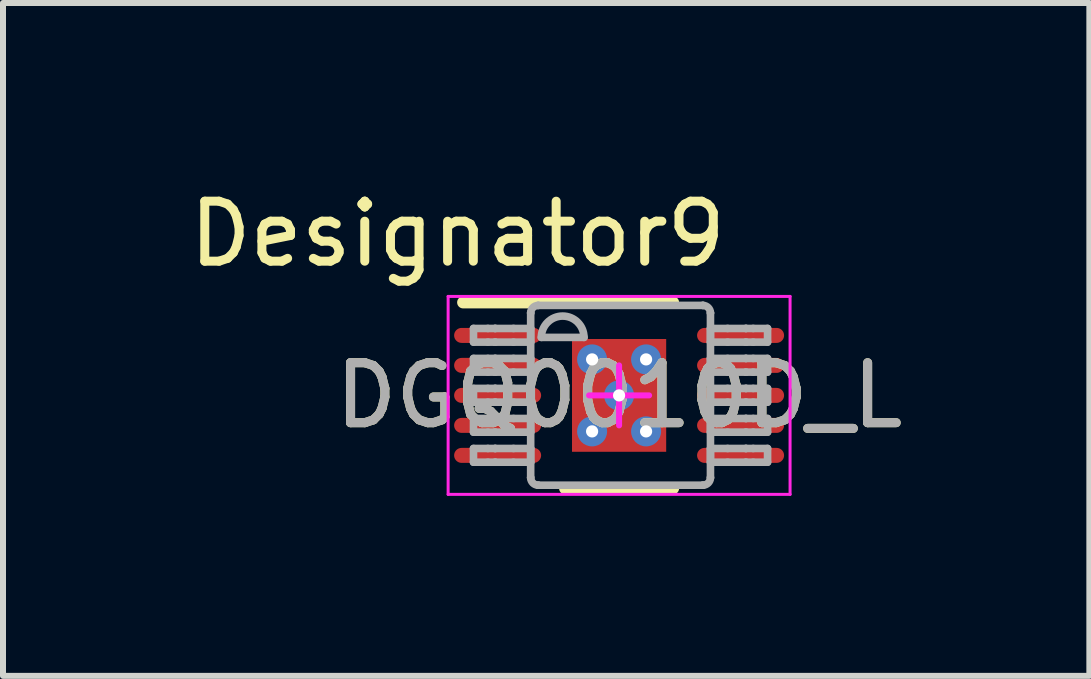
<source format=kicad_pcb>
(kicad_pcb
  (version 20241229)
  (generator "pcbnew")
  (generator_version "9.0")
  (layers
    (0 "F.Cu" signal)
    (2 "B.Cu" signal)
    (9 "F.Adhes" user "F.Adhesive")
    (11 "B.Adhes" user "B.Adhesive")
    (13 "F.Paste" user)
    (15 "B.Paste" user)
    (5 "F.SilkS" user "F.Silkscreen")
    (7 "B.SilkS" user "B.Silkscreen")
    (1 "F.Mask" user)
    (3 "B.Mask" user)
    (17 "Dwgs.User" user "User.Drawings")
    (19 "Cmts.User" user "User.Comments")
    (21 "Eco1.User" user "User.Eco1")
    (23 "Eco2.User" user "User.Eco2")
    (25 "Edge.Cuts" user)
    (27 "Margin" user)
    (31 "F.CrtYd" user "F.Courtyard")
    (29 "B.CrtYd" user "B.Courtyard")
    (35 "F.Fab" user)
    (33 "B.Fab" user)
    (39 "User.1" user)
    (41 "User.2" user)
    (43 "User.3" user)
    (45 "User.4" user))
  (footprint "DGQ0010D_L"
    (layer "F.Cu")
    (at 7.27 3.541)
    (property "Reference" "DGQ0010D_L" (at 0 0 0) (unlocked yes) (layer "F.SilkS") (effects (font (size 1 1) (thickness 0.15))))
    (attr smd)
    (fp_line (start -2.6 -1.55) (end 0.9 -1.55) (stroke (width 0.2) (type solid)) (layer "F.SilkS"))
    (fp_line (start -0.9 1.55) (end 0.9 1.55) (stroke (width 0.2) (type solid)) (layer "F.SilkS"))
    (fp_line (start -2.85 -1.65) (end 2.85 -1.65) (stroke (width 0.05) (type solid)) (layer "F.CrtYd"))
    (fp_line (start -2.85 1.65) (end -2.85 -1.65) (stroke (width 0.05) (type solid)) (layer "F.CrtYd"))
    (fp_line (start -2.85 1.65) (end 2.85 1.65) (stroke (width 0.05) (type solid)) (layer "F.CrtYd"))
    (fp_line (start -0.5 0) (end 0.5 0) (stroke (width 0.1) (type solid)) (layer "F.CrtYd"))
    (fp_line (start 0 0.5) (end 0 -0.5) (stroke (width 0.1) (type solid)) (layer "F.CrtYd"))
    (fp_line (start 2.85 1.65) (end 2.85 -1.65) (stroke (width 0.05) (type solid)) (layer "F.CrtYd"))
    (fp_line (start -2.427 -1.116) (end -2.187 -1.116) (stroke (width 0.127) (type solid)) (layer "F.Fab"))
    (fp_line (start -2.427 -0.888) (end -2.427 -1.116) (stroke (width 0.127) (type solid)) (layer "F.Fab"))
    (fp_line (start -2.427 -0.888) (end -2.187 -0.888) (stroke (width 0.127) (type solid)) (layer "F.Fab"))
    (fp_line (start -2.427 -0.616) (end -2.187 -0.616) (stroke (width 0.127) (type solid)) (layer "F.Fab"))
    (fp_line (start -2.427 -0.388) (end -2.427 -0.616) (stroke (width 0.127) (type solid)) (layer "F.Fab"))
    (fp_line (start -2.427 -0.388) (end -2.187 -0.388) (stroke (width 0.127) (type solid)) (layer "F.Fab"))
    (fp_line (start -2.427 -0.116) (end -2.187 -0.116) (stroke (width 0.127) (type solid)) (layer "F.Fab"))
    (fp_line (start -2.427 0.113) (end -2.427 -0.116) (stroke (width 0.127) (type solid)) (layer "F.Fab"))
    (fp_line (start -2.427 0.113) (end -2.187 0.113) (stroke (width 0.127) (type solid)) (layer "F.Fab"))
    (fp_line (start -2.427 0.385) (end -2.187 0.385) (stroke (width 0.127) (type solid)) (layer "F.Fab"))
    (fp_line (start -2.427 0.613) (end -2.427 0.385) (stroke (width 0.127) (type solid)) (layer "F.Fab"))
    (fp_line (start -2.427 0.613) (end -2.187 0.613) (stroke (width 0.127) (type solid)) (layer "F.Fab"))
    (fp_line (start -2.427 0.885) (end -2.187 0.885) (stroke (width 0.127) (type solid)) (layer "F.Fab"))
    (fp_line (start -2.427 1.114) (end -2.427 0.885) (stroke (width 0.127) (type solid)) (layer "F.Fab"))
    (fp_line (start -2.427 1.114) (end -2.187 1.114) (stroke (width 0.127) (type solid)) (layer "F.Fab"))
    (fp_line (start -2.187 -1.116) (end -2.067 -1.116) (stroke (width 0.127) (type solid)) (layer "F.Fab"))
    (fp_line (start -2.187 -0.888) (end -2.067 -0.888) (stroke (width 0.127) (type solid)) (layer "F.Fab"))
    (fp_line (start -2.187 -0.616) (end -2.067 -0.616) (stroke (width 0.127) (type solid)) (layer "F.Fab"))
    (fp_line (start -2.187 -0.388) (end -2.067 -0.388) (stroke (width 0.127) (type solid)) (layer "F.Fab"))
    (fp_line (start -2.187 -0.116) (end -2.067 -0.116) (stroke (width 0.127) (type solid)) (layer "F.Fab"))
    (fp_line (start -2.187 0.113) (end -2.067 0.113) (stroke (width 0.127) (type solid)) (layer "F.Fab"))
    (fp_line (start -2.187 0.385) (end -2.067 0.385) (stroke (width 0.127) (type solid)) (layer "F.Fab"))
    (fp_line (start -2.187 0.613) (end -2.067 0.613) (stroke (width 0.127) (type solid)) (layer "F.Fab"))
    (fp_line (start -2.187 0.885) (end -2.067 0.885) (stroke (width 0.127) (type solid)) (layer "F.Fab"))
    (fp_line (start -2.187 1.114) (end -2.067 1.114) (stroke (width 0.127) (type solid)) (layer "F.Fab"))
    (fp_line (start -2.067 -1.116) (end -2.064 -1.116) (stroke (width 0.127) (type solid)) (layer "F.Fab"))
    (fp_line (start -2.067 -0.888) (end -2.064 -0.888) (stroke (width 0.127) (type solid)) (layer "F.Fab"))
    (fp_line (start -2.067 -0.616) (end -2.064 -0.616) (stroke (width 0.127) (type solid)) (layer "F.Fab"))
    (fp_line (start -2.067 -0.388) (end -2.064 -0.388) (stroke (width 0.127) (type solid)) (layer "F.Fab"))
    (fp_line (start -2.067 -0.116) (end -2.064 -0.116) (stroke (width 0.127) (type solid)) (layer "F.Fab"))
    (fp_line (start -2.067 0.113) (end -2.064 0.113) (stroke (width 0.127) (type solid)) (layer "F.Fab"))
    (fp_line (start -2.067 0.385) (end -2.064 0.385) (stroke (width 0.127) (type solid)) (layer "F.Fab"))
    (fp_line (start -2.067 0.613) (end -2.064 0.613) (stroke (width 0.127) (type solid)) (layer "F.Fab"))
    (fp_line (start -2.067 0.885) (end -2.064 0.885) (stroke (width 0.127) (type solid)) (layer "F.Fab"))
    (fp_line (start -2.067 1.114) (end -2.064 1.114) (stroke (width 0.127) (type solid)) (layer "F.Fab"))
    (fp_line (start -2.064 -1.116) (end -1.76 -1.116) (stroke (width 0.127) (type solid)) (layer "F.Fab"))
    (fp_line (start -2.064 -0.888) (end -1.76 -0.888) (stroke (width 0.127) (type solid)) (layer "F.Fab"))
    (fp_line (start -2.064 -0.616) (end -1.76 -0.616) (stroke (width 0.127) (type solid)) (layer "F.Fab"))
    (fp_line (start -2.064 -0.388) (end -1.76 -0.388) (stroke (width 0.127) (type solid)) (layer "F.Fab"))
    (fp_line (start -2.064 -0.116) (end -1.76 -0.116) (stroke (width 0.127) (type solid)) (layer "F.Fab"))
    (fp_line (start -2.064 0.113) (end -1.76 0.113) (stroke (width 0.127) (type solid)) (layer "F.Fab"))
    (fp_line (start -2.064 0.385) (end -1.76 0.385) (stroke (width 0.127) (type solid)) (layer "F.Fab"))
    (fp_line (start -2.064 0.613) (end -1.76 0.613) (stroke (width 0.127) (type solid)) (layer "F.Fab"))
    (fp_line (start -2.064 0.885) (end -1.76 0.885) (stroke (width 0.127) (type solid)) (layer "F.Fab"))
    (fp_line (start -2.064 1.114) (end -1.76 1.114) (stroke (width 0.127) (type solid)) (layer "F.Fab"))
    (fp_line (start -1.76 -1.116) (end -1.474 -1.116) (stroke (width 0.127) (type solid)) (layer "F.Fab"))
    (fp_line (start -1.76 -0.888) (end -1.474 -0.888) (stroke (width 0.127) (type solid)) (layer "F.Fab"))
    (fp_line (start -1.76 -0.616) (end -1.474 -0.616) (stroke (width 0.127) (type solid)) (layer "F.Fab"))
    (fp_line (start -1.76 -0.388) (end -1.474 -0.388) (stroke (width 0.127) (type solid)) (layer "F.Fab"))
    (fp_line (start -1.76 -0.116) (end -1.474 -0.116) (stroke (width 0.127) (type solid)) (layer "F.Fab"))
    (fp_line (start -1.76 0.113) (end -1.474 0.113) (stroke (width 0.127) (type solid)) (layer "F.Fab"))
    (fp_line (start -1.76 0.385) (end -1.474 0.385) (stroke (width 0.127) (type solid)) (layer "F.Fab"))
    (fp_line (start -1.76 0.613) (end -1.474 0.613) (stroke (width 0.127) (type solid)) (layer "F.Fab"))
    (fp_line (start -1.76 0.885) (end -1.474 0.885) (stroke (width 0.127) (type solid)) (layer "F.Fab"))
    (fp_line (start -1.76 1.114) (end -1.474 1.114) (stroke (width 0.127) (type solid)) (layer "F.Fab"))
    (fp_line (start -1.474 -1.373) (end -1.474 -1.376) (stroke (width 0.127) (type solid)) (layer "F.Fab"))
    (fp_line (start -1.474 -0.888) (end -1.474 -1.116) (stroke (width 0.127) (type solid)) (layer "F.Fab"))
    (fp_line (start -1.474 -0.388) (end -1.474 -0.616) (stroke (width 0.127) (type solid)) (layer "F.Fab"))
    (fp_line (start -1.474 0.113) (end -1.474 -0.116) (stroke (width 0.127) (type solid)) (layer "F.Fab"))
    (fp_line (start -1.474 0.613) (end -1.474 0.385) (stroke (width 0.127) (type solid)) (layer "F.Fab"))
    (fp_line (start -1.474 1.114) (end -1.474 0.885) (stroke (width 0.127) (type solid)) (layer "F.Fab"))
    (fp_line (start -1.474 1.37) (end -1.474 -1.373) (stroke (width 0.127) (type solid)) (layer "F.Fab"))
    (fp_line (start -1.474 1.37) (end -1.474 1.373) (stroke (width 0.127) (type solid)) (layer "F.Fab"))
    (fp_line (start -1.35 -1.5) (end -1.347 -1.5) (stroke (width 0.127) (type solid)) (layer "F.Fab"))
    (fp_line (start -1.35 1.497) (end -1.347 1.497) (stroke (width 0.127) (type solid)) (layer "F.Fab"))
    (fp_line (start -1.347 -1.5) (end 1.396 -1.5) (stroke (width 0.127) (type solid)) (layer "F.Fab"))
    (fp_line (start -1.347 1.497) (end 1.396 1.497) (stroke (width 0.127) (type solid)) (layer "F.Fab"))
    (fp_line (start -1.296 -0.967) (end -0.585 -0.967) (stroke (width 0.127) (type solid)) (layer "F.Fab"))
    (fp_line (start 1.396 -1.5) (end 1.399 -1.5) (stroke (width 0.127) (type solid)) (layer "F.Fab"))
    (fp_line (start 1.396 1.497) (end 1.399 1.497) (stroke (width 0.127) (type solid)) (layer "F.Fab"))
    (fp_line (start 1.523 -1.376) (end 1.523 -1.373) (stroke (width 0.127) (type solid)) (layer "F.Fab"))
    (fp_line (start 1.523 1.373) (end 1.523 1.37) (stroke (width 0.127) (type solid)) (layer "F.Fab"))
    (fp_line (start 1.523 -1.116) (end 1.809 -1.116) (stroke (width 0.127) (type solid)) (layer "F.Fab"))
    (fp_line (start 1.523 -0.888) (end 1.523 -1.116) (stroke (width 0.127) (type solid)) (layer "F.Fab"))
    (fp_line (start 1.523 -0.888) (end 1.809 -0.888) (stroke (width 0.127) (type solid)) (layer "F.Fab"))
    (fp_line (start 1.523 -0.616) (end 1.809 -0.616) (stroke (width 0.127) (type solid)) (layer "F.Fab"))
    (fp_line (start 1.523 -0.388) (end 1.523 -0.616) (stroke (width 0.127) (type solid)) (layer "F.Fab"))
    (fp_line (start 1.523 -0.388) (end 1.809 -0.388) (stroke (width 0.127) (type solid)) (layer "F.Fab"))
    (fp_line (start 1.523 -0.116) (end 1.809 -0.116) (stroke (width 0.127) (type solid)) (layer "F.Fab"))
    (fp_line (start 1.523 0.113) (end 1.523 -0.116) (stroke (width 0.127) (type solid)) (layer "F.Fab"))
    (fp_line (start 1.523 0.113) (end 1.809 0.113) (stroke (width 0.127) (type solid)) (layer "F.Fab"))
    (fp_line (start 1.523 0.385) (end 1.809 0.385) (stroke (width 0.127) (type solid)) (layer "F.Fab"))
    (fp_line (start 1.523 0.613) (end 1.523 0.385) (stroke (width 0.127) (type solid)) (layer "F.Fab"))
    (fp_line (start 1.523 0.613) (end 1.809 0.613) (stroke (width 0.127) (type solid)) (layer "F.Fab"))
    (fp_line (start 1.523 0.885) (end 1.809 0.885) (stroke (width 0.127) (type solid)) (layer "F.Fab"))
    (fp_line (start 1.523 1.114) (end 1.523 0.885) (stroke (width 0.127) (type solid)) (layer "F.Fab"))
    (fp_line (start 1.523 1.114) (end 1.809 1.114) (stroke (width 0.127) (type solid)) (layer "F.Fab"))
    (fp_line (start 1.523 1.37) (end 1.523 -1.373) (stroke (width 0.127) (type solid)) (layer "F.Fab"))
    (fp_line (start 1.809 -1.116) (end 2.113 -1.116) (stroke (width 0.127) (type solid)) (layer "F.Fab"))
    (fp_line (start 1.809 -0.888) (end 2.113 -0.888) (stroke (width 0.127) (type solid)) (layer "F.Fab"))
    (fp_line (start 1.809 -0.616) (end 2.113 -0.616) (stroke (width 0.127) (type solid)) (layer "F.Fab"))
    (fp_line (start 1.809 -0.388) (end 2.113 -0.388) (stroke (width 0.127) (type solid)) (layer "F.Fab"))
    (fp_line (start 1.809 -0.116) (end 2.113 -0.116) (stroke (width 0.127) (type solid)) (layer "F.Fab"))
    (fp_line (start 1.809 0.113) (end 2.113 0.113) (stroke (width 0.127) (type solid)) (layer "F.Fab"))
    (fp_line (start 1.809 0.385) (end 2.113 0.385) (stroke (width 0.127) (type solid)) (layer "F.Fab"))
    (fp_line (start 1.809 0.613) (end 2.113 0.613) (stroke (width 0.127) (type solid)) (layer "F.Fab"))
    (fp_line (start 1.809 0.885) (end 2.113 0.885) (stroke (width 0.127) (type solid)) (layer "F.Fab"))
    (fp_line (start 1.809 1.114) (end 2.113 1.114) (stroke (width 0.127) (type solid)) (layer "F.Fab"))
    (fp_line (start 2.113 -1.116) (end 2.116 -1.116) (stroke (width 0.127) (type solid)) (layer "F.Fab"))
    (fp_line (start 2.113 -0.888) (end 2.116 -0.888) (stroke (width 0.127) (type solid)) (layer "F.Fab"))
    (fp_line (start 2.113 -0.616) (end 2.116 -0.616) (stroke (width 0.127) (type solid)) (layer "F.Fab"))
    (fp_line (start 2.113 -0.388) (end 2.116 -0.388) (stroke (width 0.127) (type solid)) (layer "F.Fab"))
    (fp_line (start 2.113 -0.116) (end 2.116 -0.116) (stroke (width 0.127) (type solid)) (layer "F.Fab"))
    (fp_line (start 2.113 0.113) (end 2.116 0.113) (stroke (width 0.127) (type solid)) (layer "F.Fab"))
    (fp_line (start 2.113 0.385) (end 2.116 0.385) (stroke (width 0.127) (type solid)) (layer "F.Fab"))
    (fp_line (start 2.113 0.613) (end 2.116 0.613) (stroke (width 0.127) (type solid)) (layer "F.Fab"))
    (fp_line (start 2.113 0.885) (end 2.116 0.885) (stroke (width 0.127) (type solid)) (layer "F.Fab"))
    (fp_line (start 2.113 1.114) (end 2.116 1.114) (stroke (width 0.127) (type solid)) (layer "F.Fab"))
    (fp_line (start 2.116 -1.116) (end 2.236 -1.116) (stroke (width 0.127) (type solid)) (layer "F.Fab"))
    (fp_line (start 2.116 -0.888) (end 2.236 -0.888) (stroke (width 0.127) (type solid)) (layer "F.Fab"))
    (fp_line (start 2.116 -0.616) (end 2.236 -0.616) (stroke (width 0.127) (type solid)) (layer "F.Fab"))
    (fp_line (start 2.116 -0.388) (end 2.236 -0.388) (stroke (width 0.127) (type solid)) (layer "F.Fab"))
    (fp_line (start 2.116 -0.116) (end 2.236 -0.116) (stroke (width 0.127) (type solid)) (layer "F.Fab"))
    (fp_line (start 2.116 0.113) (end 2.236 0.113) (stroke (width 0.127) (type solid)) (layer "F.Fab"))
    (fp_line (start 2.116 0.385) (end 2.236 0.385) (stroke (width 0.127) (type solid)) (layer "F.Fab"))
    (fp_line (start 2.116 0.613) (end 2.236 0.613) (stroke (width 0.127) (type solid)) (layer "F.Fab"))
    (fp_line (start 2.116 0.885) (end 2.236 0.885) (stroke (width 0.127) (type solid)) (layer "F.Fab"))
    (fp_line (start 2.116 1.114) (end 2.236 1.114) (stroke (width 0.127) (type solid)) (layer "F.Fab"))
    (fp_line (start 2.236 -1.116) (end 2.475 -1.116) (stroke (width 0.127) (type solid)) (layer "F.Fab"))
    (fp_line (start 2.236 -0.888) (end 2.475 -0.888) (stroke (width 0.127) (type solid)) (layer "F.Fab"))
    (fp_line (start 2.236 -0.616) (end 2.475 -0.616) (stroke (width 0.127) (type solid)) (layer "F.Fab"))
    (fp_line (start 2.236 -0.388) (end 2.475 -0.388) (stroke (width 0.127) (type solid)) (layer "F.Fab"))
    (fp_line (start 2.236 -0.116) (end 2.475 -0.116) (stroke (width 0.127) (type solid)) (layer "F.Fab"))
    (fp_line (start 2.236 0.113) (end 2.475 0.113) (stroke (width 0.127) (type solid)) (layer "F.Fab"))
    (fp_line (start 2.236 0.385) (end 2.475 0.385) (stroke (width 0.127) (type solid)) (layer "F.Fab"))
    (fp_line (start 2.236 0.613) (end 2.475 0.613) (stroke (width 0.127) (type solid)) (layer "F.Fab"))
    (fp_line (start 2.236 0.885) (end 2.475 0.885) (stroke (width 0.127) (type solid)) (layer "F.Fab"))
    (fp_line (start 2.236 1.114) (end 2.475 1.114) (stroke (width 0.127) (type solid)) (layer "F.Fab"))
    (fp_line (start 2.475 -0.888) (end 2.475 -1.116) (stroke (width 0.127) (type solid)) (layer "F.Fab"))
    (fp_line (start 2.475 -0.388) (end 2.475 -0.616) (stroke (width 0.127) (type solid)) (layer "F.Fab"))
    (fp_line (start 2.475 0.113) (end 2.475 -0.116) (stroke (width 0.127) (type solid)) (layer "F.Fab"))
    (fp_line (start 2.475 0.613) (end 2.475 0.385) (stroke (width 0.127) (type solid)) (layer "F.Fab"))
    (fp_line (start 2.475 1.114) (end 2.475 0.885) (stroke (width 0.127) (type solid)) (layer "F.Fab"))
    (fp_arc (start -1.474232 -1.375768) (mid -1.437062 -1.46283) (end -1.35 -1.5) (stroke (width 0.127) (type solid)) (layer "F.Fab"))
    (fp_arc (start -1.35 1.49715) (mid -1.437062 1.45998) (end -1.474232 1.372918) (stroke (width 0.127) (type solid)) (layer "F.Fab"))
    (fp_arc (start -1.296457 -0.966625) (mid -0.940857 -1.322225) (end -0.585257 -0.966625) (stroke (width 0.127) (type solid)) (layer "F.Fab"))
    (fp_arc (start 1.398686 -1.5) (mid 1.485749 -1.46283) (end 1.522919 -1.375768) (stroke (width 0.127) (type solid)) (layer "F.Fab"))
    (fp_arc (start 1.522919 1.372918) (mid 1.485749 1.45998) (end 1.398686 1.49715) (stroke (width 0.127) (type solid)) (layer "F.Fab"))
    (fp_text user "Designator9" (at -2.692 -2.692 0) (unlocked yes) (layer "F.SilkS") (effects (font (size 1 1) (thickness 0.15))))
    (fp_text user "${REFERENCE}" (at 0 0 0) (unlocked yes) (layer "F.Fab") (effects (font (size 1 1) (thickness 0.15))))
    (pad "1" smd oval (at -2.025 -1 90) (size 0.25 1.45) (layers "F.Cu" "F.Mask" "F.Paste"))
    (pad "2" smd oval (at -2.025 -0.5 90) (size 0.25 1.45) (layers "F.Cu" "F.Mask" "F.Paste"))
    (pad "3" smd oval (at -2.025 0 90) (size 0.25 1.45) (layers "F.Cu" "F.Mask" "F.Paste"))
    (pad "4" smd oval (at -2.025 0.5 90) (size 0.25 1.45) (layers "F.Cu" "F.Mask" "F.Paste"))
    (pad "5" smd oval (at -2.025 1 90) (size 0.25 1.45) (layers "F.Cu" "F.Mask" "F.Paste"))
    (pad "6" smd oval (at 2.025 1 90) (size 0.25 1.45) (layers "F.Cu" "F.Mask" "F.Paste"))
    (pad "7" smd oval (at 2.025 0.5 90) (size 0.25 1.45) (layers "F.Cu" "F.Mask" "F.Paste"))
    (pad "8" smd oval (at 2.025 0 90) (size 0.25 1.45) (layers "F.Cu" "F.Mask" "F.Paste"))
    (pad "9" smd oval (at 2.025 -0.5 90) (size 0.25 1.45) (layers "F.Cu" "F.Mask" "F.Paste"))
    (pad "10" smd oval (at 2.025 -1 90) (size 0.25 1.45) (layers "F.Cu" "F.Mask" "F.Paste"))
    (pad "11" smd rect (at 0 0) (size 1.57 1.88) (layers "F.Cu" "F.Mask" "F.Paste"))
    (pad "V" thru_hole circle (at -0.45 -0.6) (size 0.5 0.5) (drill 0.203) (layers "*.Cu" "*.Mask"))
    (pad "V" thru_hole circle (at -0.45 0.6) (size 0.5 0.5) (drill 0.203) (layers "*.Cu" "*.Mask"))
    (pad "V" thru_hole circle (at 0 0) (size 0.5 0.5) (drill 0.203) (layers "*.Cu" "*.Mask"))
    (pad "V" thru_hole circle (at 0.45 -0.6) (size 0.5 0.5) (drill 0.203) (layers "*.Cu" "*.Mask"))
    (pad "V" thru_hole circle (at 0.45 0.6) (size 0.5 0.5) (drill 0.203) (layers "*.Cu" "*.Mask")))
  (gr_rect
    (start -3 -3)
    (end 15.109 8.216)
    (stroke (width 0.1) (type default))
    (fill no)
    (layer "Edge.Cuts")))
</source>
